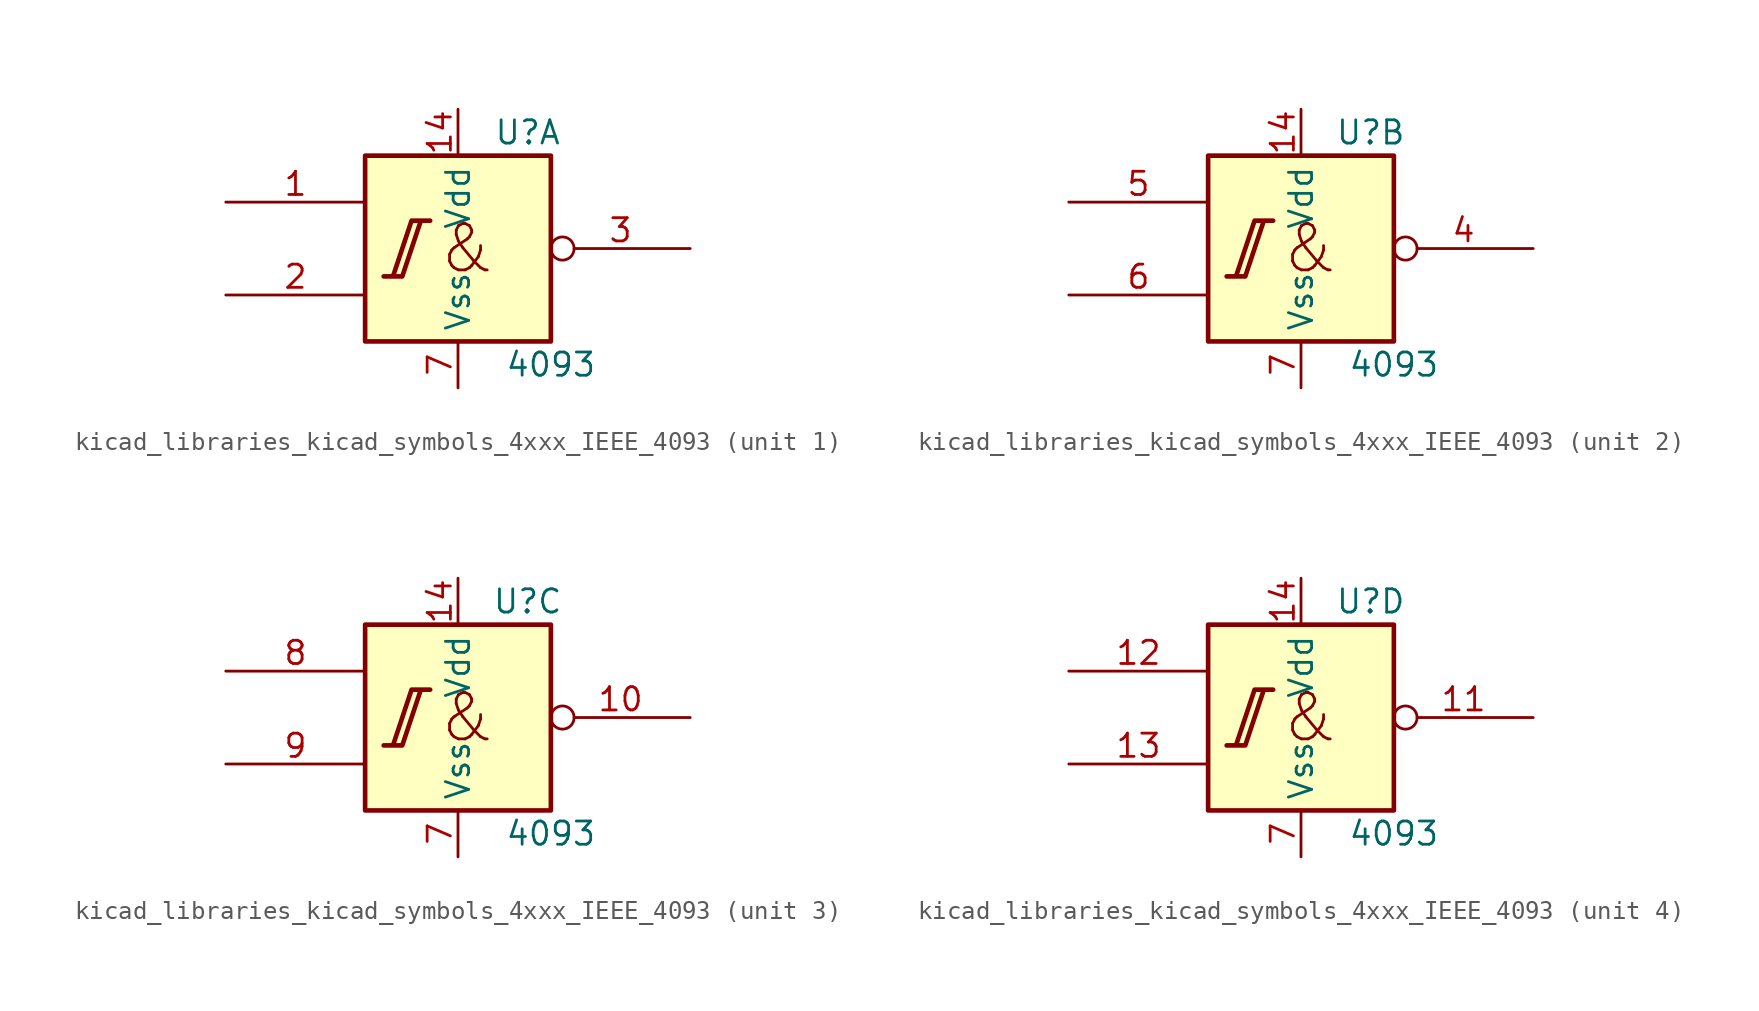
<source format=kicad_sym>
(kicad_symbol_lib
  (version 20220914)
  (generator kicad_symbol_editor)
  (symbol "kicad_libraries_kicad_symbols_4xxx_IEEE_4093"
    (property "Reference" "U"
      (at 3.81 6.35 0)
      (effects (font (size 1.27 1.27))))
    (property "Value" "4093"
      (at 5.08 -6.35 0)
      (effects (font (size 1.27 1.27))))
    (symbol "kicad_libraries_kicad_symbols_4xxx_IEEE_4093_0_0"
      (rectangle (start -5.08 5.08) (end 5.08 -5.08) (stroke (width 0.254) (type default)) (fill (type background)))
      (polyline (pts (xy -4.064 -1.524) (xy -3.048 -1.524) (xy -2.032 1.524) (xy -1.524 1.524) (xy -2.54 1.524) (xy -3.556 -1.524) (xy -3.556 -1.524)) (stroke (width 0.254) (type default)) (fill (type background)))
      (text "&" (at 0.508 0 0) (effects (font (size 2.54 2.54))))
      (pin power_in line (at 0 7.62 270) (length 2.54) (name "Vdd" (effects (font (size 1.27 1.27)))) (number "14" (effects (font (size 1.27 1.27)))))
      (pin power_in line (at 0 -7.62 90) (length 2.54) (name "Vss" (effects (font (size 1.27 1.27)))) (number "7" (effects (font (size 1.27 1.27))))))
    (symbol "kicad_libraries_kicad_symbols_4xxx_IEEE_4093_1_1"
      (pin input line (at -12.7 2.54 0) (length 7.62) (name "~" (effects (font (size 1.27 1.27)))) (number "1" (effects (font (size 1.27 1.27)))))
      (pin input line (at -12.7 -2.54 0) (length 7.62) (name "~" (effects (font (size 1.27 1.27)))) (number "2" (effects (font (size 1.27 1.27)))))
      (pin output inverted (at 12.7 0 180) (length 7.62) (name "~" (effects (font (size 1.27 1.27)))) (number "3" (effects (font (size 1.27 1.27))))))
    (symbol "kicad_libraries_kicad_symbols_4xxx_IEEE_4093_2_1"
      (pin output inverted (at 12.7 0 180) (length 7.62) (name "~" (effects (font (size 1.27 1.27)))) (number "4" (effects (font (size 1.27 1.27)))))
      (pin input line (at -12.7 2.54 0) (length 7.62) (name "~" (effects (font (size 1.27 1.27)))) (number "5" (effects (font (size 1.27 1.27)))))
      (pin input line (at -12.7 -2.54 0) (length 7.62) (name "~" (effects (font (size 1.27 1.27)))) (number "6" (effects (font (size 1.27 1.27))))))
    (symbol "kicad_libraries_kicad_symbols_4xxx_IEEE_4093_3_1"
      (pin output inverted (at 12.7 0 180) (length 7.62) (name "~" (effects (font (size 1.27 1.27)))) (number "10" (effects (font (size 1.27 1.27)))))
      (pin input line (at -12.7 2.54 0) (length 7.62) (name "~" (effects (font (size 1.27 1.27)))) (number "8" (effects (font (size 1.27 1.27)))))
      (pin input line (at -12.7 -2.54 0) (length 7.62) (name "~" (effects (font (size 1.27 1.27)))) (number "9" (effects (font (size 1.27 1.27))))))
    (symbol "kicad_libraries_kicad_symbols_4xxx_IEEE_4093_4_1"
      (pin output inverted (at 12.7 0 180) (length 7.62) (name "~" (effects (font (size 1.27 1.27)))) (number "11" (effects (font (size 1.27 1.27)))))
      (pin input line (at -12.7 2.54 0) (length 7.62) (name "~" (effects (font (size 1.27 1.27)))) (number "12" (effects (font (size 1.27 1.27)))))
      (pin input line (at -12.7 -2.54 0) (length 7.62) (name "~" (effects (font (size 1.27 1.27)))) (number "13" (effects (font (size 1.27 1.27))))))))
</source>
